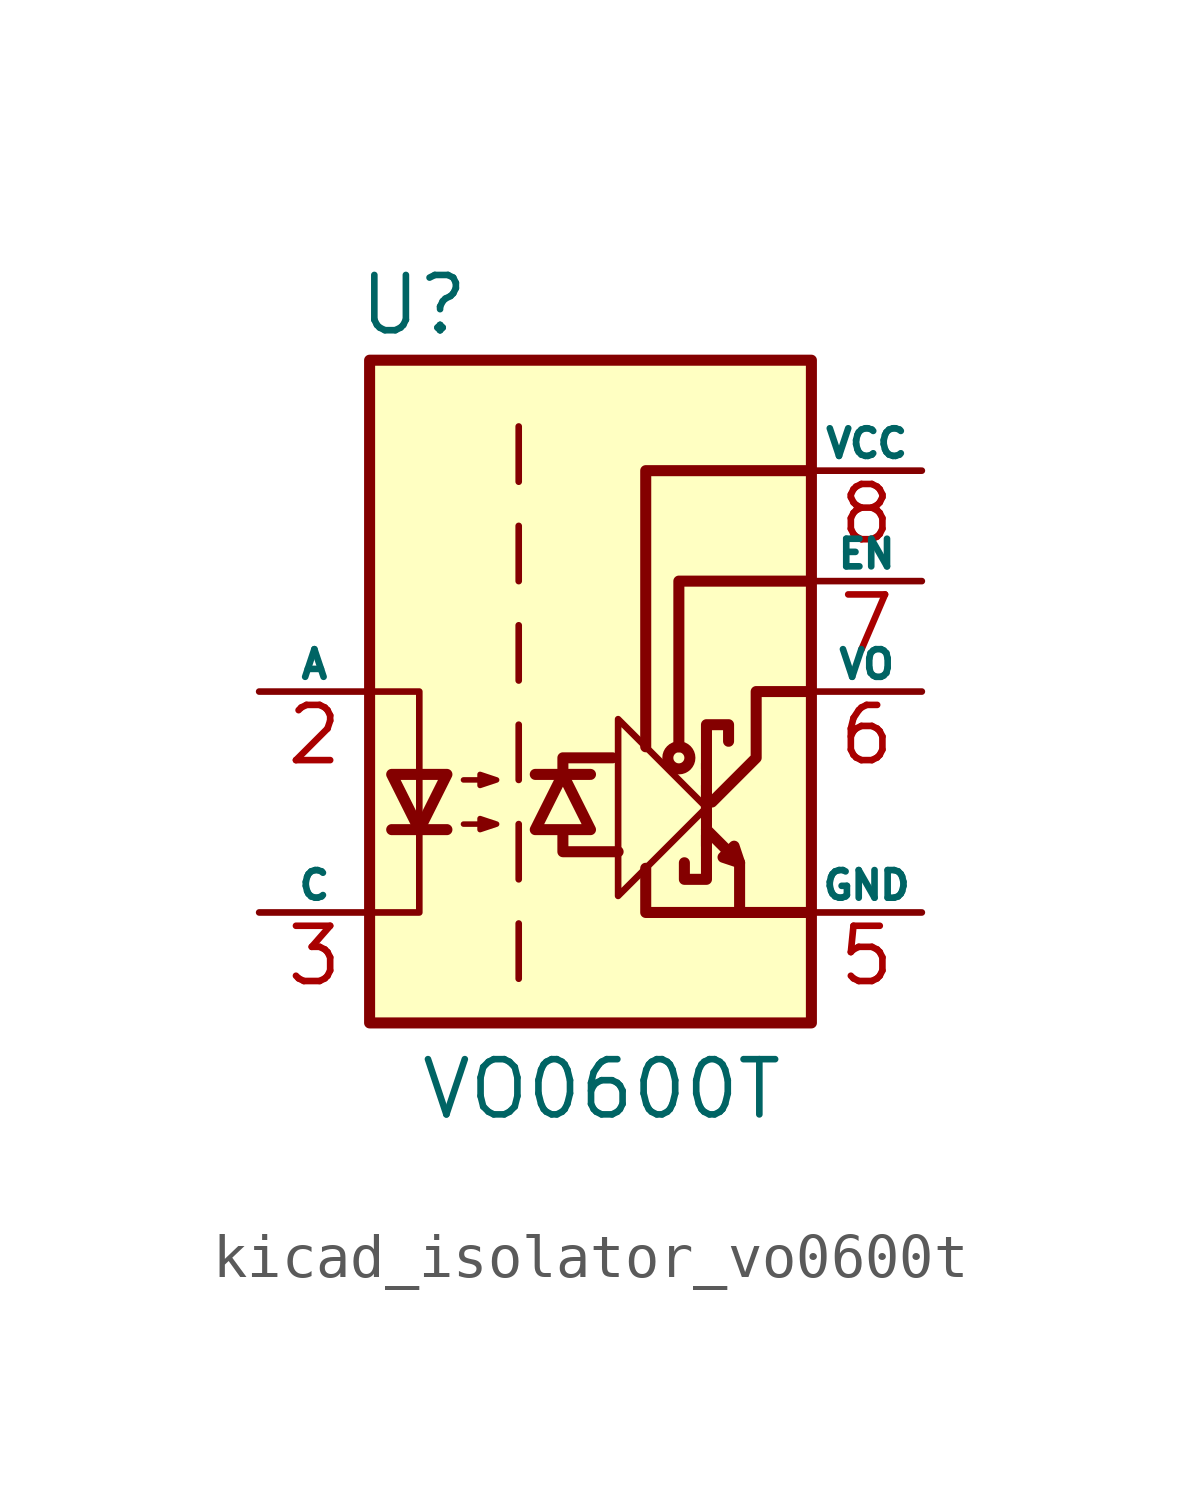
<source format=kicad_sym>
(kicad_symbol_lib
  (version 20220914)
  (generator kicad_symbol_editor)
  (symbol "kicad_isolator_vo0600t"
    (pin_names
      (offset 0))
    (property "Reference" "U"
      (at -4.064 8.89 0)
      (effects (font (size 1.27 1.27))))
    (property "Value" "VO0600T"
      (at 0.254 -9.144 0)
      (effects (font (size 1.27 1.27))))
    (symbol "kicad_isolator_vo0600t_0_1"
      (polyline (pts (xy 2.667 -3.556) (xy 2.667 -1.651)) (stroke (width 0.254) (type default)) (fill (type none)))
      (polyline (pts (xy 2.667 -2.159) (xy 2.667 -2.921)) (stroke (width 0.254) (type default)) (fill (type none)))
      (polyline (pts (xy 3.429 -3.937) (xy 3.429 -5.08)) (stroke (width 0.254) (type default)) (fill (type none)))
      (polyline (pts (xy -0.635 -3.302) (xy -0.635 -3.683) (xy 0.635 -3.683)) (stroke (width 0.254) (type default)) (fill (type none)))
      (polyline (pts (xy -0.635 -1.905) (xy -0.635 -1.524) (xy 0.508 -1.524)) (stroke (width 0.254) (type default)) (fill (type none)))
      (polyline (pts (xy 1.27 -4.064) (xy 1.27 -5.08) (xy 5.08 -5.08)) (stroke (width 0.254) (type default)) (fill (type none)))
      (polyline (pts (xy 1.27 -1.27) (xy 1.27 5.08) (xy 5.08 5.08)) (stroke (width 0.254) (type default)) (fill (type none)))
      (polyline (pts (xy 2.032 -1.27) (xy 2.032 2.54) (xy 5.08 2.54)) (stroke (width 0.254) (type default)) (fill (type none)))
      (polyline (pts (xy -5.08 -5.08) (xy -3.937 -5.08) (xy -3.937 0) (xy -5.08 0)) (stroke (width 0) (type default)) (fill (type none)))
      (polyline (pts (xy 2.667 -3.302) (xy 2.667 -4.318) (xy 2.159 -4.318) (xy 2.159 -3.937)) (stroke (width 0.254) (type default)) (fill (type none)))
      (polyline (pts (xy 2.667 -2.667) (xy 0.635 -4.699) (xy 0.635 -0.635) (xy 2.667 -2.667)) (stroke (width 0) (type default)) (fill (type none)))
      (polyline (pts (xy 2.667 -1.778) (xy 2.667 -0.762) (xy 3.175 -0.762) (xy 3.175 -1.143)) (stroke (width 0.254) (type default)) (fill (type none)))
      (polyline (pts (xy 2.794 -2.54) (xy 3.81 -1.524) (xy 3.81 0) (xy 5.08 0)) (stroke (width 0.254) (type default)) (fill (type none)))
      (polyline (pts (xy 2.667 -3.175) (xy 3.429 -3.937) (xy 3.302 -3.556) (xy 3.048 -3.81) (xy 3.429 -3.937)) (stroke (width 0.254) (type default)) (fill (type none)))
      (circle (center 2.032 -1.524) (radius 0.254) (stroke (width 0.254) (type default)) (fill (type none))))
    (symbol "kicad_isolator_vo0600t_1_1"
      (rectangle (start -5.08 7.62) (end 5.08 -7.62) (stroke (width 0.254) (type default)) (fill (type background)))
      (polyline (pts (xy -4.572 -3.175) (xy -3.302 -3.175)) (stroke (width 0.254) (type default)) (fill (type none)))
      (polyline (pts (xy -1.651 -5.334) (xy -1.651 -6.604)) (stroke (width 0) (type default)) (fill (type none)))
      (polyline (pts (xy -1.651 -3.048) (xy -1.651 -4.318)) (stroke (width 0) (type default)) (fill (type none)))
      (polyline (pts (xy -1.651 -0.762) (xy -1.651 -2.032)) (stroke (width 0) (type default)) (fill (type none)))
      (polyline (pts (xy -1.651 1.524) (xy -1.651 0.254)) (stroke (width 0) (type default)) (fill (type none)))
      (polyline (pts (xy -1.651 3.81) (xy -1.651 2.54)) (stroke (width 0) (type default)) (fill (type none)))
      (polyline (pts (xy -1.651 6.096) (xy -1.651 4.826)) (stroke (width 0) (type default)) (fill (type none)))
      (polyline (pts (xy -1.27 -1.905) (xy 0 -1.905)) (stroke (width 0.254) (type default)) (fill (type none)))
      (polyline (pts (xy -3.937 -3.175) (xy -4.572 -1.905) (xy -3.302 -1.905) (xy -3.937 -3.175)) (stroke (width 0.254) (type default)) (fill (type none)))
      (polyline (pts (xy -0.635 -1.905) (xy -1.27 -3.175) (xy 0 -3.175) (xy -0.635 -1.905)) (stroke (width 0.254) (type default)) (fill (type none)))
      (polyline (pts (xy -2.921 -3.048) (xy -2.159 -3.048) (xy -2.54 -3.175) (xy -2.54 -2.921) (xy -2.159 -3.048)) (stroke (width 0.127) (type default)) (fill (type none)))
      (polyline (pts (xy -2.921 -2.032) (xy -2.159 -2.032) (xy -2.54 -2.159) (xy -2.54 -1.905) (xy -2.159 -2.032)) (stroke (width 0.127) (type default)) (fill (type none)))
      (pin no_connect line (at -5.08 5.08 0) (length 2.54) hide (name "NC" (effects (font (size 0.635 0.635)))) (number "1" (effects (font (size 1.27 1.27)))))
      (pin passive line (at -7.62 0 0) (length 2.54) (name "A" (effects (font (size 0.635 0.635)))) (number "2" (effects (font (size 1.27 1.27)))))
      (pin passive line (at -7.62 -5.08 0) (length 2.54) (name "C" (effects (font (size 0.635 0.635)))) (number "3" (effects (font (size 1.27 1.27)))))
      (pin power_in line (at 7.62 -5.08 180) (length 2.54) (name "GND" (effects (font (size 0.635 0.635)))) (number "5" (effects (font (size 1.27 1.27)))))
      (pin open_collector line (at 7.62 0 180) (length 2.54) (name "VO" (effects (font (size 0.635 0.635)))) (number "6" (effects (font (size 1.27 1.27)))))
      (pin input line (at 7.62 2.54 180) (length 2.54) (name "EN" (effects (font (size 0.635 0.635)))) (number "7" (effects (font (size 1.27 1.27)))))
      (pin power_in line (at 7.62 5.08 180) (length 2.54) (name "VCC" (effects (font (size 0.635 0.635)))) (number "8" (effects (font (size 1.27 1.27))))))))
</source>
